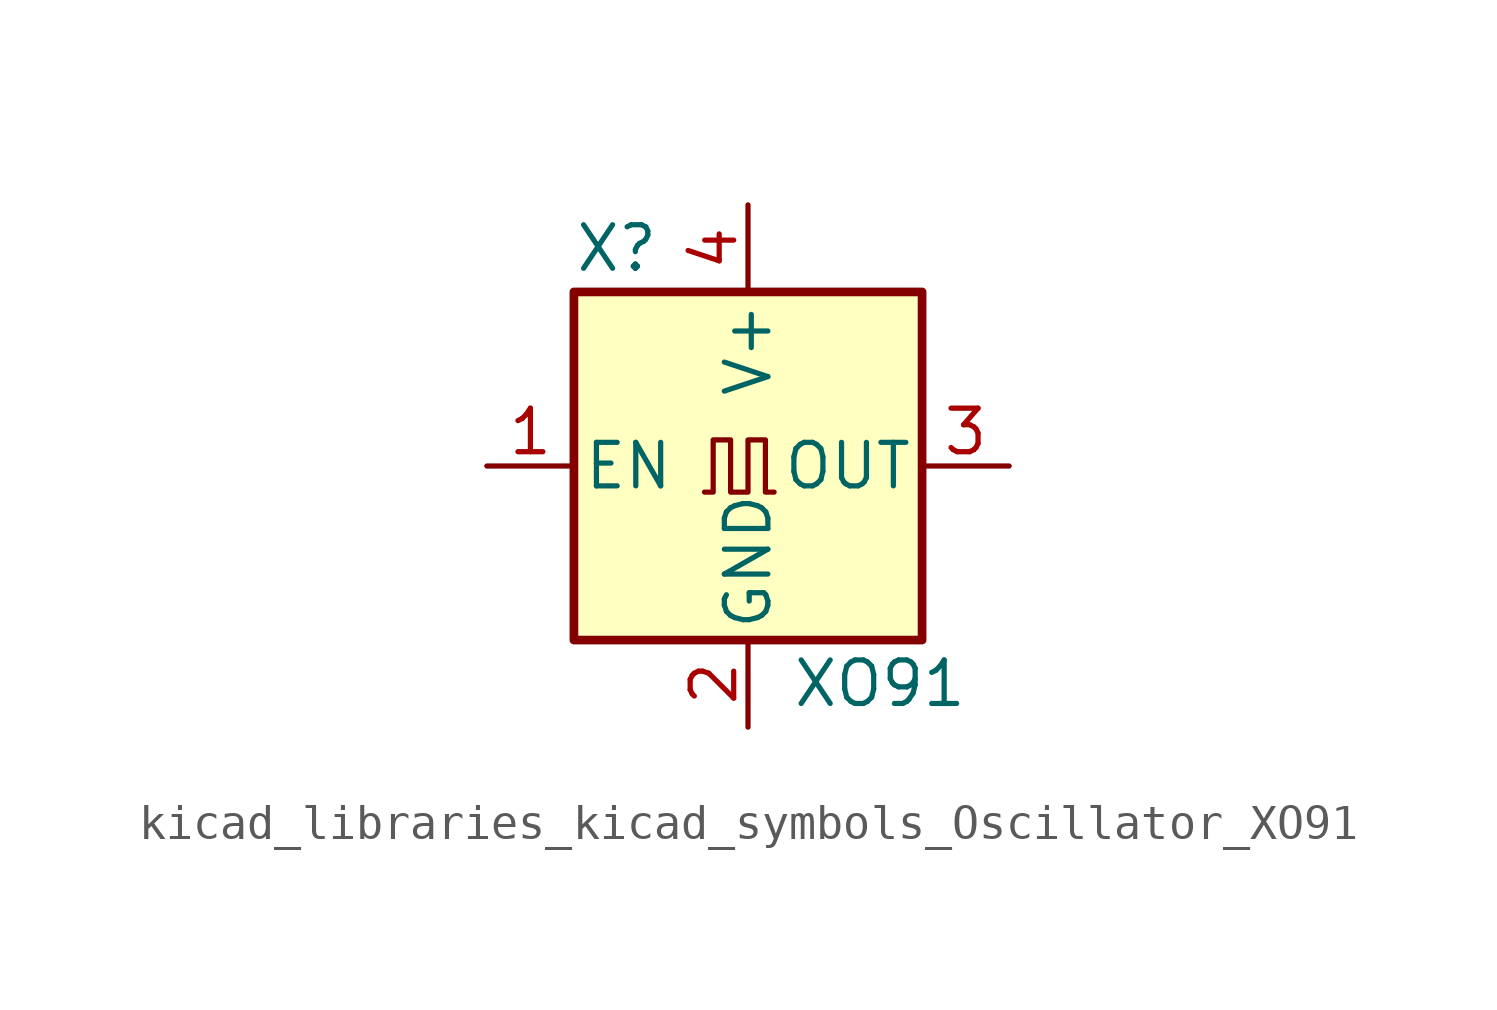
<source format=kicad_sym>
(kicad_symbol_lib
  (version 20220914)
  (generator kicad_symbol_editor)
  (symbol "kicad_libraries_kicad_symbols_Oscillator_XO91"
    (pin_names
      (offset 0.254))
    (property "Reference" "X"
      (at -5.08 6.35 0)
      (effects (font (size 1.27 1.27)) (justify left)))
    (property "Value" "XO91"
      (at 1.27 -6.35 0)
      (effects (font (size 1.27 1.27)) (justify left)))
    (symbol "kicad_libraries_kicad_symbols_Oscillator_XO91_0_1"
      (rectangle (start -5.08 5.08) (end 5.08 -5.08) (stroke (width 0.254) (type default)) (fill (type background)))
      (polyline (pts (xy 0.762 -0.762) (xy 0.508 -0.762) (xy 0.508 0.762) (xy 0 0.762) (xy 0 -0.762) (xy -0.508 -0.762) (xy -0.508 0.762) (xy -1.016 0.762) (xy -1.016 -0.762) (xy -1.27 -0.762)) (stroke (width 0) (type default)) (fill (type none))))
    (symbol "kicad_libraries_kicad_symbols_Oscillator_XO91_1_1"
      (pin input line (at -7.62 0 0) (length 2.54) (name "EN" (effects (font (size 1.27 1.27)))) (number "1" (effects (font (size 1.27 1.27)))))
      (pin power_in line (at 0 -7.62 90) (length 2.54) (name "GND" (effects (font (size 1.27 1.27)))) (number "2" (effects (font (size 1.27 1.27)))))
      (pin output line (at 7.62 0 180) (length 2.54) (name "OUT" (effects (font (size 1.27 1.27)))) (number "3" (effects (font (size 1.27 1.27)))))
      (pin power_in line (at 0 7.62 270) (length 2.54) (name "V+" (effects (font (size 1.27 1.27)))) (number "4" (effects (font (size 1.27 1.27))))))))
</source>
